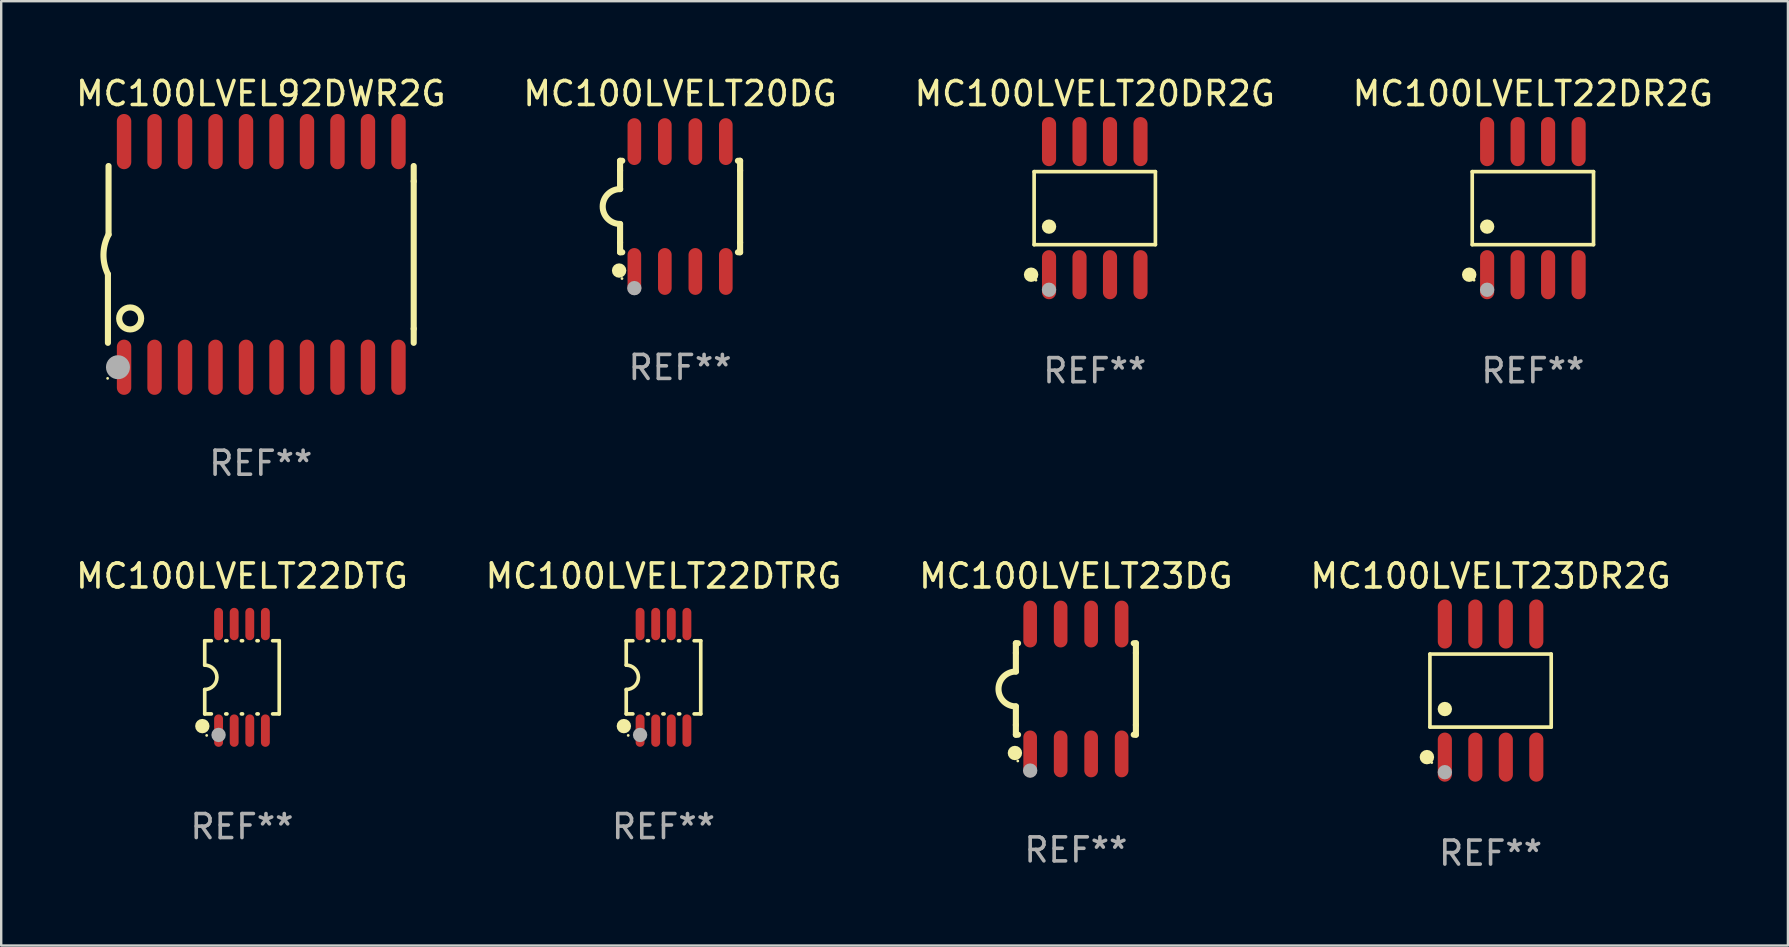
<source format=kicad_pcb>
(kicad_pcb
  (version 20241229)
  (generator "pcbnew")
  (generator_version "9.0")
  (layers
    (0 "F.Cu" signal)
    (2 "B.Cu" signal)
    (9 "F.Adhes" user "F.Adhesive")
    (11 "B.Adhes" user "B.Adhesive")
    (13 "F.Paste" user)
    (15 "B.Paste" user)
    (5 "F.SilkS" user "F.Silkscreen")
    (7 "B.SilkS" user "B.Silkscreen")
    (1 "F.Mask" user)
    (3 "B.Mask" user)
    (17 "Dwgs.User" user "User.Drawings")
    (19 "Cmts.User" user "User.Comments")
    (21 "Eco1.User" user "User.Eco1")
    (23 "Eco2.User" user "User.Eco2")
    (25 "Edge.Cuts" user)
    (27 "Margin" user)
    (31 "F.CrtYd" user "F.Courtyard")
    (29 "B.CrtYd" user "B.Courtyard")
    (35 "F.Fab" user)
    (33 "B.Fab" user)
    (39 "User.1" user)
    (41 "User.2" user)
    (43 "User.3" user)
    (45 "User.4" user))
  (footprint "MC100LVELT22DTRG"
    (layer "F.Cu")
    (at 24.589 25.165)
    (property "Reference" "MC100LVELT22DTRG" (at 0 -4.22 0) (layer "F.SilkS") (effects (font (size 1 1) (thickness 0.15))))
    (attr through_hole)
    (fp_line (start -1.552 -1.524) (end -1.276 -1.524) (stroke (width 0.152) (type solid)) (layer "F.SilkS"))
    (fp_line (start -1.552 -0.508) (end -1.552 -1.524) (stroke (width 0.152) (type solid)) (layer "F.SilkS"))
    (fp_line (start -1.552 1.524) (end -1.552 0.508) (stroke (width 0.152) (type solid)) (layer "F.SilkS"))
    (fp_line (start -1.552 1.524) (end -1.276 1.524) (stroke (width 0.152) (type solid)) (layer "F.SilkS"))
    (fp_line (start -0.674 -1.524) (end -0.626 -1.524) (stroke (width 0.152) (type solid)) (layer "F.SilkS"))
    (fp_line (start -0.674 1.524) (end -0.626 1.524) (stroke (width 0.152) (type solid)) (layer "F.SilkS"))
    (fp_line (start -0.024 -1.524) (end 0.024 -1.524) (stroke (width 0.152) (type solid)) (layer "F.SilkS"))
    (fp_line (start -0.024 1.524) (end 0.024 1.524) (stroke (width 0.152) (type solid)) (layer "F.SilkS"))
    (fp_line (start 0.626 -1.524) (end 0.674 -1.524) (stroke (width 0.152) (type solid)) (layer "F.SilkS"))
    (fp_line (start 0.626 1.524) (end 0.674 1.524) (stroke (width 0.152) (type solid)) (layer "F.SilkS"))
    (fp_line (start 1.276 1.524) (end 1.552 1.524) (stroke (width 0.152) (type solid)) (layer "F.SilkS"))
    (fp_line (start 1.276 -1.524) (end 1.552 -1.524) (stroke (width 0.152) (type solid)) (layer "F.SilkS"))
    (fp_line (start 1.552 -1.524) (end 1.552 1.524) (stroke (width 0.152) (type solid)) (layer "F.SilkS"))
    (fp_arc (start -1.551943 -0.508001) (mid -1.043942 0) (end -1.551943 0.508001) (stroke (width 0.151994) (type solid)) (layer "F.SilkS"))
    (fp_circle (center -1.651 2.032) (end -1.501 2.032) (stroke (width 0.3) (type solid)) (fill no) (layer "F.SilkS"))
    (fp_circle (center -1.47 2.42) (end -1.44 2.42) (stroke (width 0.06) (type solid)) (fill no) (layer "F.SilkS"))
    (fp_circle (center -0.975 2.4) (end -0.825 2.4) (stroke (width 0.3) (type solid)) (fill no) (layer "F.Fab"))
    (fp_text user "REF**" (at 0 6.22 0) (layer "F.Fab") (effects (font (size 1 1) (thickness 0.15))))
    (pad "1" smd oval (at -0.975 2.22) (size 0.37 1.35) (layers "F.Cu" "F.Mask" "F.Paste"))
    (pad "2" smd oval (at -0.325 2.22) (size 0.37 1.35) (layers "F.Cu" "F.Mask" "F.Paste"))
    (pad "3" smd oval (at 0.325 2.22) (size 0.37 1.35) (layers "F.Cu" "F.Mask" "F.Paste"))
    (pad "4" smd oval (at 0.975 2.22) (size 0.37 1.35) (layers "F.Cu" "F.Mask" "F.Paste"))
    (pad "5" smd oval (at 0.975 -2.22) (size 0.37 1.35) (layers "F.Cu" "F.Mask" "F.Paste"))
    (pad "6" smd oval (at 0.325 -2.22) (size 0.37 1.35) (layers "F.Cu" "F.Mask" "F.Paste"))
    (pad "7" smd oval (at -0.325 -2.22) (size 0.37 1.35) (layers "F.Cu" "F.Mask" "F.Paste"))
    (pad "8" smd oval (at -0.975 -2.22) (size 0.37 1.35) (layers "F.Cu" "F.Mask" "F.Paste")))
  (footprint "MC100LVELT20DG"
    (layer "F.Cu")
    (at 25.28 5.553)
    (property "Reference" "MC100LVELT20DG" (at 0 -4.705 0) (layer "F.SilkS") (effects (font (size 1 1) (thickness 0.15))))
    (attr through_hole)
    (fp_line (start -2.5 -1.905) (end -2.409 -1.905) (stroke (width 0.254) (type solid)) (layer "F.SilkS"))
    (fp_line (start -2.5 -1.5) (end -2.5 -1.905) (stroke (width 0.254) (type solid)) (layer "F.SilkS"))
    (fp_line (start -2.5 -1.5) (end -2.5 -0.726) (stroke (width 0.254) (type solid)) (layer "F.SilkS"))
    (fp_line (start -2.5 1.5) (end -2.5 0.727) (stroke (width 0.254) (type solid)) (layer "F.SilkS"))
    (fp_line (start -2.5 1.5) (end -2.5 1.905) (stroke (width 0.254) (type solid)) (layer "F.SilkS"))
    (fp_line (start -2.5 1.905) (end -2.409 1.905) (stroke (width 0.254) (type solid)) (layer "F.SilkS"))
    (fp_line (start 2.5 -1.905) (end 2.409 -1.905) (stroke (width 0.254) (type solid)) (layer "F.SilkS"))
    (fp_line (start 2.5 -1.5) (end 2.5 -1.905) (stroke (width 0.254) (type solid)) (layer "F.SilkS"))
    (fp_line (start 2.5 -1.5) (end 2.5 1.5) (stroke (width 0.254) (type solid)) (layer "F.SilkS"))
    (fp_line (start 2.5 1.5) (end 2.5 1.905) (stroke (width 0.254) (type solid)) (layer "F.SilkS"))
    (fp_line (start 2.5 1.905) (end 2.409 1.905) (stroke (width 0.254) (type solid)) (layer "F.SilkS"))
    (fp_arc (start -2.5 0.726568) (mid -3.220316 -0.0023) (end -2.495097 -0.726289) (stroke (width 0.254001) (type solid)) (layer "F.SilkS"))
    (fp_circle (center -2.54 2.667) (end -2.39 2.667) (stroke (width 0.3) (type solid)) (fill no) (layer "F.SilkS"))
    (fp_circle (center -2.42 3) (end -2.39 3) (stroke (width 0.06) (type solid)) (fill no) (layer "F.SilkS"))
    (fp_circle (center -1.905 3.4) (end -1.755 3.4) (stroke (width 0.3) (type solid)) (fill no) (layer "F.Fab"))
    (fp_text user "REF**" (at 0 6.705 0) (layer "F.Fab") (effects (font (size 1 1) (thickness 0.15))))
    (pad "1" smd oval (at -1.905 2.705) (size 0.568 1.95) (layers "F.Cu" "F.Mask" "F.Paste"))
    (pad "2" smd oval (at -0.635 2.705) (size 0.568 1.95) (layers "F.Cu" "F.Mask" "F.Paste"))
    (pad "3" smd oval (at 0.635 2.705) (size 0.568 1.95) (layers "F.Cu" "F.Mask" "F.Paste"))
    (pad "4" smd oval (at 1.905 2.705) (size 0.568 1.95) (layers "F.Cu" "F.Mask" "F.Paste"))
    (pad "5" smd oval (at 1.905 -2.705) (size 0.568 1.95) (layers "F.Cu" "F.Mask" "F.Paste"))
    (pad "6" smd oval (at 0.635 -2.705) (size 0.568 1.95) (layers "F.Cu" "F.Mask" "F.Paste"))
    (pad "7" smd oval (at -0.635 -2.705) (size 0.568 1.95) (layers "F.Cu" "F.Mask" "F.Paste"))
    (pad "8" smd oval (at -1.905 -2.705) (size 0.568 1.95) (layers "F.Cu" "F.Mask" "F.Paste")))
  (footprint "MC100LVELT22DTG"
    (layer "F.Cu")
    (at 7.03 25.165)
    (property "Reference" "MC100LVELT22DTG" (at 0 -4.22 0) (layer "F.SilkS") (effects (font (size 1 1) (thickness 0.15))))
    (attr through_hole)
    (fp_line (start -1.552 -1.524) (end -1.276 -1.524) (stroke (width 0.152) (type solid)) (layer "F.SilkS"))
    (fp_line (start -1.552 -0.508) (end -1.552 -1.524) (stroke (width 0.152) (type solid)) (layer "F.SilkS"))
    (fp_line (start -1.552 1.524) (end -1.552 0.508) (stroke (width 0.152) (type solid)) (layer "F.SilkS"))
    (fp_line (start -1.552 1.524) (end -1.276 1.524) (stroke (width 0.152) (type solid)) (layer "F.SilkS"))
    (fp_line (start -0.674 -1.524) (end -0.626 -1.524) (stroke (width 0.152) (type solid)) (layer "F.SilkS"))
    (fp_line (start -0.674 1.524) (end -0.626 1.524) (stroke (width 0.152) (type solid)) (layer "F.SilkS"))
    (fp_line (start -0.024 -1.524) (end 0.024 -1.524) (stroke (width 0.152) (type solid)) (layer "F.SilkS"))
    (fp_line (start -0.024 1.524) (end 0.024 1.524) (stroke (width 0.152) (type solid)) (layer "F.SilkS"))
    (fp_line (start 0.626 -1.524) (end 0.674 -1.524) (stroke (width 0.152) (type solid)) (layer "F.SilkS"))
    (fp_line (start 0.626 1.524) (end 0.674 1.524) (stroke (width 0.152) (type solid)) (layer "F.SilkS"))
    (fp_line (start 1.276 1.524) (end 1.552 1.524) (stroke (width 0.152) (type solid)) (layer "F.SilkS"))
    (fp_line (start 1.276 -1.524) (end 1.552 -1.524) (stroke (width 0.152) (type solid)) (layer "F.SilkS"))
    (fp_line (start 1.552 -1.524) (end 1.552 1.524) (stroke (width 0.152) (type solid)) (layer "F.SilkS"))
    (fp_arc (start -1.551943 -0.508001) (mid -1.043942 0) (end -1.551943 0.508001) (stroke (width 0.151994) (type solid)) (layer "F.SilkS"))
    (fp_circle (center -1.651 2.032) (end -1.501 2.032) (stroke (width 0.3) (type solid)) (fill no) (layer "F.SilkS"))
    (fp_circle (center -1.47 2.42) (end -1.44 2.42) (stroke (width 0.06) (type solid)) (fill no) (layer "F.SilkS"))
    (fp_circle (center -0.975 2.4) (end -0.825 2.4) (stroke (width 0.3) (type solid)) (fill no) (layer "F.Fab"))
    (fp_text user "REF**" (at 0 6.22 0) (layer "F.Fab") (effects (font (size 1 1) (thickness 0.15))))
    (pad "1" smd oval (at -0.975 2.22) (size 0.37 1.35) (layers "F.Cu" "F.Mask" "F.Paste"))
    (pad "2" smd oval (at -0.325 2.22) (size 0.37 1.35) (layers "F.Cu" "F.Mask" "F.Paste"))
    (pad "3" smd oval (at 0.325 2.22) (size 0.37 1.35) (layers "F.Cu" "F.Mask" "F.Paste"))
    (pad "4" smd oval (at 0.975 2.22) (size 0.37 1.35) (layers "F.Cu" "F.Mask" "F.Paste"))
    (pad "5" smd oval (at 0.975 -2.22) (size 0.37 1.35) (layers "F.Cu" "F.Mask" "F.Paste"))
    (pad "6" smd oval (at 0.325 -2.22) (size 0.37 1.35) (layers "F.Cu" "F.Mask" "F.Paste"))
    (pad "7" smd oval (at -0.325 -2.22) (size 0.37 1.35) (layers "F.Cu" "F.Mask" "F.Paste"))
    (pad "8" smd oval (at -0.975 -2.22) (size 0.37 1.35) (layers "F.Cu" "F.Mask" "F.Paste")))
  (footprint "MC100LVELT22DR2G"
    (layer "F.Cu")
    (at 60.804 5.621)
    (property "Reference" "MC100LVELT22DR2G" (at 0 -4.772 0) (layer "F.SilkS") (effects (font (size 1 1) (thickness 0.15))))
    (attr through_hole)
    (fp_line (start -2.526 -1.521) (end 2.526 -1.521) (stroke (width 0.152) (type solid)) (layer "F.SilkS"))
    (fp_line (start -2.526 1.521) (end -2.526 -1.521) (stroke (width 0.152) (type solid)) (layer "F.SilkS"))
    (fp_line (start 2.526 -1.521) (end 2.526 1.521) (stroke (width 0.152) (type solid)) (layer "F.SilkS"))
    (fp_line (start 2.526 1.521) (end -2.526 1.521) (stroke (width 0.152) (type solid)) (layer "F.SilkS"))
    (fp_circle (center -2.652 2.772) (end -2.501 2.772) (stroke (width 0.3) (type solid)) (fill no) (layer "F.SilkS"))
    (fp_circle (center -2.45 3) (end -2.42 3) (stroke (width 0.06) (type solid)) (fill no) (layer "F.SilkS"))
    (fp_circle (center -1.905 0.769) (end -1.755 0.769) (stroke (width 0.3) (type solid)) (fill no) (layer "F.SilkS"))
    (fp_circle (center -1.905 3.4) (end -1.755 3.4) (stroke (width 0.3) (type solid)) (fill no) (layer "F.Fab"))
    (fp_text user "REF**" (at 0 6.772 0) (layer "F.Fab") (effects (font (size 1 1) (thickness 0.15))))
    (pad "1" smd oval (at -1.905 2.772) (size 0.588 2.045) (layers "F.Cu" "F.Mask" "F.Paste"))
    (pad "2" smd oval (at -0.635 2.772) (size 0.588 2.045) (layers "F.Cu" "F.Mask" "F.Paste"))
    (pad "3" smd oval (at 0.635 2.772) (size 0.588 2.045) (layers "F.Cu" "F.Mask" "F.Paste"))
    (pad "4" smd oval (at 1.905 2.772) (size 0.588 2.045) (layers "F.Cu" "F.Mask" "F.Paste"))
    (pad "5" smd oval (at 1.905 -2.772) (size 0.588 2.045) (layers "F.Cu" "F.Mask" "F.Paste"))
    (pad "6" smd oval (at 0.635 -2.772) (size 0.588 2.045) (layers "F.Cu" "F.Mask" "F.Paste"))
    (pad "7" smd oval (at -0.635 -2.772) (size 0.588 2.045) (layers "F.Cu" "F.Mask" "F.Paste"))
    (pad "8" smd oval (at -1.905 -2.772) (size 0.588 2.045) (layers "F.Cu" "F.Mask" "F.Paste")))
  (footprint "MC100LVEL92DWR2G"
    (layer "F.Cu")
    (at 7.815 7.548)
    (property "Reference" "MC100LVEL92DWR2G" (at 0 -6.7 0) (layer "F.SilkS") (effects (font (size 1 1) (thickness 0.15))))
    (attr through_hole)
    (fp_line (start -6.369 0.826) (end -6.369 3.683) (stroke (width 0.254) (type solid)) (layer "F.SilkS"))
    (fp_line (start -6.343 -0.825) (end -6.343 -3.683) (stroke (width 0.254) (type solid)) (layer "F.SilkS"))
    (fp_line (start 6.369 -3.048) (end 6.369 -3.683) (stroke (width 0.254) (type solid)) (layer "F.SilkS"))
    (fp_line (start 6.369 -3.048) (end 6.369 3.096) (stroke (width 0.254) (type solid)) (layer "F.SilkS"))
    (fp_line (start 6.369 3.096) (end 6.369 3.683) (stroke (width 0.254) (type solid)) (layer "F.SilkS"))
    (fp_arc (start -6.36853 0.825552) (mid -6.554743 -0.00301) (end -6.343129 -0.825451) (stroke (width 0.254001) (type solid)) (layer "F.SilkS"))
    (fp_circle (center -6.382 5.163) (end -6.352 5.163) (stroke (width 0.06) (type solid)) (fill no) (layer "F.SilkS"))
    (fp_circle (center -5.443 2.667) (end -4.985 2.667) (stroke (width 0.254) (type solid)) (fill no) (layer "F.SilkS"))
    (fp_circle (center -5.951 4.699) (end -5.701 4.699) (stroke (width 0.5) (type solid)) (fill no) (layer "F.Fab"))
    (fp_text user "REF**" (at 0 8.7 0) (layer "F.Fab") (effects (font (size 1 1) (thickness 0.15))))
    (pad "1" smd oval (at -5.697 4.7 180) (size 0.6 2.3) (layers "F.Cu" "F.Mask" "F.Paste"))
    (pad "2" smd oval (at -4.427 4.7 180) (size 0.6 2.3) (layers "F.Cu" "F.Mask" "F.Paste"))
    (pad "3" smd oval (at -3.157 4.7 180) (size 0.6 2.3) (layers "F.Cu" "F.Mask" "F.Paste"))
    (pad "4" smd oval (at -1.887 4.7 180) (size 0.6 2.3) (layers "F.Cu" "F.Mask" "F.Paste"))
    (pad "5" smd oval (at -0.617 4.7 180) (size 0.6 2.3) (layers "F.Cu" "F.Mask" "F.Paste"))
    (pad "6" smd oval (at 0.653 4.7 180) (size 0.6 2.3) (layers "F.Cu" "F.Mask" "F.Paste"))
    (pad "7" smd oval (at 1.923 4.7 180) (size 0.6 2.3) (layers "F.Cu" "F.Mask" "F.Paste"))
    (pad "8" smd oval (at 3.193 4.7 180) (size 0.6 2.3) (layers "F.Cu" "F.Mask" "F.Paste"))
    (pad "9" smd oval (at 4.463 4.7 180) (size 0.6 2.3) (layers "F.Cu" "F.Mask" "F.Paste"))
    (pad "10" smd oval (at 5.734 4.7 180) (size 0.6 2.3) (layers "F.Cu" "F.Mask" "F.Paste"))
    (pad "11" smd oval (at 5.734 -4.7 180) (size 0.6 2.3) (layers "F.Cu" "F.Mask" "F.Paste"))
    (pad "12" smd oval (at 4.463 -4.7 180) (size 0.6 2.3) (layers "F.Cu" "F.Mask" "F.Paste"))
    (pad "13" smd oval (at 3.193 -4.7 180) (size 0.6 2.3) (layers "F.Cu" "F.Mask" "F.Paste"))
    (pad "14" smd oval (at 1.923 -4.7 180) (size 0.6 2.3) (layers "F.Cu" "F.Mask" "F.Paste"))
    (pad "15" smd oval (at 0.653 -4.7 180) (size 0.6 2.3) (layers "F.Cu" "F.Mask" "F.Paste"))
    (pad "16" smd oval (at -0.617 -4.7 180) (size 0.6 2.3) (layers "F.Cu" "F.Mask" "F.Paste"))
    (pad "17" smd oval (at -1.887 -4.7 180) (size 0.6 2.3) (layers "F.Cu" "F.Mask" "F.Paste"))
    (pad "18" smd oval (at -3.157 -4.7 180) (size 0.6 2.3) (layers "F.Cu" "F.Mask" "F.Paste"))
    (pad "19" smd oval (at -4.427 -4.7 180) (size 0.6 2.3) (layers "F.Cu" "F.Mask" "F.Paste"))
    (pad "20" smd oval (at -5.697 -4.7 180) (size 0.6 2.3) (layers "F.Cu" "F.Mask" "F.Paste")))
  (footprint "MC100LVELT20DR2G"
    (layer "F.Cu")
    (at 42.554 5.621)
    (property "Reference" "MC100LVELT20DR2G" (at 0 -4.772 0) (layer "F.SilkS") (effects (font (size 1 1) (thickness 0.15))))
    (attr through_hole)
    (fp_line (start -2.526 -1.521) (end 2.526 -1.521) (stroke (width 0.152) (type solid)) (layer "F.SilkS"))
    (fp_line (start -2.526 1.521) (end -2.526 -1.521) (stroke (width 0.152) (type solid)) (layer "F.SilkS"))
    (fp_line (start 2.526 -1.521) (end 2.526 1.521) (stroke (width 0.152) (type solid)) (layer "F.SilkS"))
    (fp_line (start 2.526 1.521) (end -2.526 1.521) (stroke (width 0.152) (type solid)) (layer "F.SilkS"))
    (fp_circle (center -2.652 2.772) (end -2.501 2.772) (stroke (width 0.3) (type solid)) (fill no) (layer "F.SilkS"))
    (fp_circle (center -2.45 3) (end -2.42 3) (stroke (width 0.06) (type solid)) (fill no) (layer "F.SilkS"))
    (fp_circle (center -1.905 0.769) (end -1.755 0.769) (stroke (width 0.3) (type solid)) (fill no) (layer "F.SilkS"))
    (fp_circle (center -1.905 3.4) (end -1.755 3.4) (stroke (width 0.3) (type solid)) (fill no) (layer "F.Fab"))
    (fp_text user "REF**" (at 0 6.772 0) (layer "F.Fab") (effects (font (size 1 1) (thickness 0.15))))
    (pad "1" smd oval (at -1.905 2.772) (size 0.588 2.045) (layers "F.Cu" "F.Mask" "F.Paste"))
    (pad "2" smd oval (at -0.635 2.772) (size 0.588 2.045) (layers "F.Cu" "F.Mask" "F.Paste"))
    (pad "3" smd oval (at 0.635 2.772) (size 0.588 2.045) (layers "F.Cu" "F.Mask" "F.Paste"))
    (pad "4" smd oval (at 1.905 2.772) (size 0.588 2.045) (layers "F.Cu" "F.Mask" "F.Paste"))
    (pad "5" smd oval (at 1.905 -2.772) (size 0.588 2.045) (layers "F.Cu" "F.Mask" "F.Paste"))
    (pad "6" smd oval (at 0.635 -2.772) (size 0.588 2.045) (layers "F.Cu" "F.Mask" "F.Paste"))
    (pad "7" smd oval (at -0.635 -2.772) (size 0.588 2.045) (layers "F.Cu" "F.Mask" "F.Paste"))
    (pad "8" smd oval (at -1.905 -2.772) (size 0.588 2.045) (layers "F.Cu" "F.Mask" "F.Paste")))
  (footprint "MC100LVELT23DR2G"
    (layer "F.Cu")
    (at 59.042 25.717)
    (property "Reference" "MC100LVELT23DR2G" (at 0 -4.772 0) (layer "F.SilkS") (effects (font (size 1 1) (thickness 0.15))))
    (attr through_hole)
    (fp_line (start -2.526 -1.521) (end 2.526 -1.521) (stroke (width 0.152) (type solid)) (layer "F.SilkS"))
    (fp_line (start -2.526 1.521) (end -2.526 -1.521) (stroke (width 0.152) (type solid)) (layer "F.SilkS"))
    (fp_line (start 2.526 -1.521) (end 2.526 1.521) (stroke (width 0.152) (type solid)) (layer "F.SilkS"))
    (fp_line (start 2.526 1.521) (end -2.526 1.521) (stroke (width 0.152) (type solid)) (layer "F.SilkS"))
    (fp_circle (center -2.652 2.772) (end -2.501 2.772) (stroke (width 0.3) (type solid)) (fill no) (layer "F.SilkS"))
    (fp_circle (center -2.45 3) (end -2.42 3) (stroke (width 0.06) (type solid)) (fill no) (layer "F.SilkS"))
    (fp_circle (center -1.905 0.769) (end -1.755 0.769) (stroke (width 0.3) (type solid)) (fill no) (layer "F.SilkS"))
    (fp_circle (center -1.905 3.4) (end -1.755 3.4) (stroke (width 0.3) (type solid)) (fill no) (layer "F.Fab"))
    (fp_text user "REF**" (at 0 6.772 0) (layer "F.Fab") (effects (font (size 1 1) (thickness 0.15))))
    (pad "1" smd oval (at -1.905 2.772) (size 0.588 2.045) (layers "F.Cu" "F.Mask" "F.Paste"))
    (pad "2" smd oval (at -0.635 2.772) (size 0.588 2.045) (layers "F.Cu" "F.Mask" "F.Paste"))
    (pad "3" smd oval (at 0.635 2.772) (size 0.588 2.045) (layers "F.Cu" "F.Mask" "F.Paste"))
    (pad "4" smd oval (at 1.905 2.772) (size 0.588 2.045) (layers "F.Cu" "F.Mask" "F.Paste"))
    (pad "5" smd oval (at 1.905 -2.772) (size 0.588 2.045) (layers "F.Cu" "F.Mask" "F.Paste"))
    (pad "6" smd oval (at 0.635 -2.772) (size 0.588 2.045) (layers "F.Cu" "F.Mask" "F.Paste"))
    (pad "7" smd oval (at -0.635 -2.772) (size 0.588 2.045) (layers "F.Cu" "F.Mask" "F.Paste"))
    (pad "8" smd oval (at -1.905 -2.772) (size 0.588 2.045) (layers "F.Cu" "F.Mask" "F.Paste")))
  (footprint "MC100LVELT23DG"
    (layer "F.Cu")
    (at 41.768 25.65)
    (property "Reference" "MC100LVELT23DG" (at 0 -4.705 0) (layer "F.SilkS") (effects (font (size 1 1) (thickness 0.15))))
    (attr through_hole)
    (fp_line (start -2.5 -1.905) (end -2.409 -1.905) (stroke (width 0.254) (type solid)) (layer "F.SilkS"))
    (fp_line (start -2.5 -1.5) (end -2.5 -1.905) (stroke (width 0.254) (type solid)) (layer "F.SilkS"))
    (fp_line (start -2.5 -1.5) (end -2.5 -0.726) (stroke (width 0.254) (type solid)) (layer "F.SilkS"))
    (fp_line (start -2.5 1.5) (end -2.5 0.727) (stroke (width 0.254) (type solid)) (layer "F.SilkS"))
    (fp_line (start -2.5 1.5) (end -2.5 1.905) (stroke (width 0.254) (type solid)) (layer "F.SilkS"))
    (fp_line (start -2.5 1.905) (end -2.409 1.905) (stroke (width 0.254) (type solid)) (layer "F.SilkS"))
    (fp_line (start 2.5 -1.905) (end 2.409 -1.905) (stroke (width 0.254) (type solid)) (layer "F.SilkS"))
    (fp_line (start 2.5 -1.5) (end 2.5 -1.905) (stroke (width 0.254) (type solid)) (layer "F.SilkS"))
    (fp_line (start 2.5 -1.5) (end 2.5 1.5) (stroke (width 0.254) (type solid)) (layer "F.SilkS"))
    (fp_line (start 2.5 1.5) (end 2.5 1.905) (stroke (width 0.254) (type solid)) (layer "F.SilkS"))
    (fp_line (start 2.5 1.905) (end 2.409 1.905) (stroke (width 0.254) (type solid)) (layer "F.SilkS"))
    (fp_arc (start -2.5 0.726568) (mid -3.220316 -0.0023) (end -2.495097 -0.726289) (stroke (width 0.254001) (type solid)) (layer "F.SilkS"))
    (fp_circle (center -2.54 2.667) (end -2.39 2.667) (stroke (width 0.3) (type solid)) (fill no) (layer "F.SilkS"))
    (fp_circle (center -2.42 3) (end -2.39 3) (stroke (width 0.06) (type solid)) (fill no) (layer "F.SilkS"))
    (fp_circle (center -1.905 3.4) (end -1.755 3.4) (stroke (width 0.3) (type solid)) (fill no) (layer "F.Fab"))
    (fp_text user "REF**" (at 0 6.705 0) (layer "F.Fab") (effects (font (size 1 1) (thickness 0.15))))
    (pad "1" smd oval (at -1.905 2.705) (size 0.568 1.95) (layers "F.Cu" "F.Mask" "F.Paste"))
    (pad "2" smd oval (at -0.635 2.705) (size 0.568 1.95) (layers "F.Cu" "F.Mask" "F.Paste"))
    (pad "3" smd oval (at 0.635 2.705) (size 0.568 1.95) (layers "F.Cu" "F.Mask" "F.Paste"))
    (pad "4" smd oval (at 1.905 2.705) (size 0.568 1.95) (layers "F.Cu" "F.Mask" "F.Paste"))
    (pad "5" smd oval (at 1.905 -2.705) (size 0.568 1.95) (layers "F.Cu" "F.Mask" "F.Paste"))
    (pad "6" smd oval (at 0.635 -2.705) (size 0.568 1.95) (layers "F.Cu" "F.Mask" "F.Paste"))
    (pad "7" smd oval (at -0.635 -2.705) (size 0.568 1.95) (layers "F.Cu" "F.Mask" "F.Paste"))
    (pad "8" smd oval (at -1.905 -2.705) (size 0.568 1.95) (layers "F.Cu" "F.Mask" "F.Paste")))
  (gr_rect
    (start -3 -3)
    (end 71.429 36.338)
    (stroke (width 0.1) (type default))
    (fill no)
    (layer "Edge.Cuts")))
</source>
